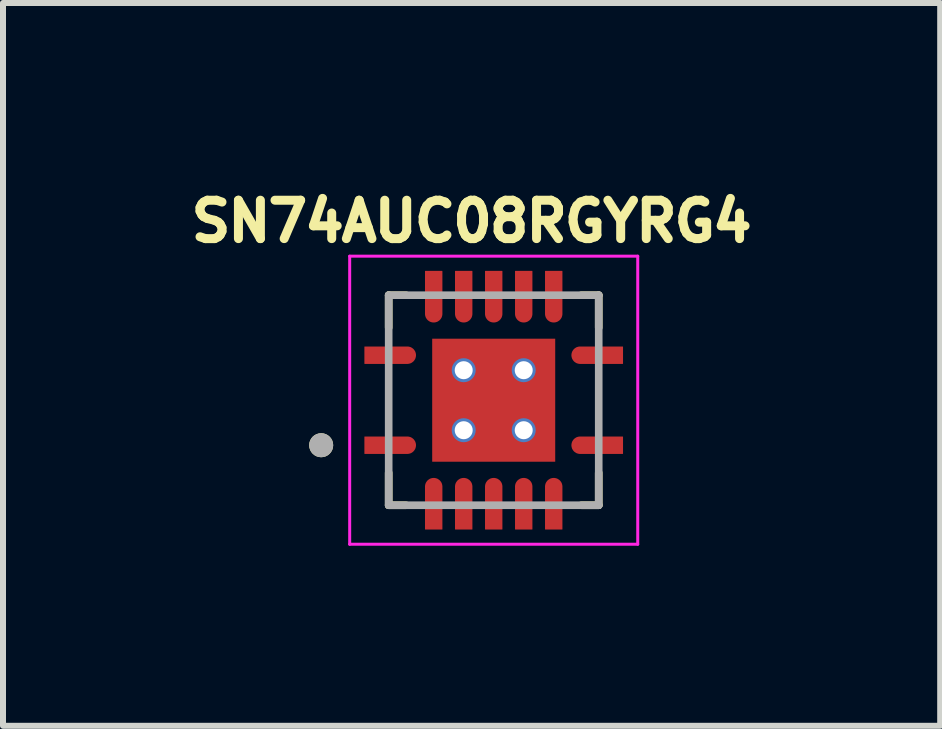
<source format=kicad_pcb>
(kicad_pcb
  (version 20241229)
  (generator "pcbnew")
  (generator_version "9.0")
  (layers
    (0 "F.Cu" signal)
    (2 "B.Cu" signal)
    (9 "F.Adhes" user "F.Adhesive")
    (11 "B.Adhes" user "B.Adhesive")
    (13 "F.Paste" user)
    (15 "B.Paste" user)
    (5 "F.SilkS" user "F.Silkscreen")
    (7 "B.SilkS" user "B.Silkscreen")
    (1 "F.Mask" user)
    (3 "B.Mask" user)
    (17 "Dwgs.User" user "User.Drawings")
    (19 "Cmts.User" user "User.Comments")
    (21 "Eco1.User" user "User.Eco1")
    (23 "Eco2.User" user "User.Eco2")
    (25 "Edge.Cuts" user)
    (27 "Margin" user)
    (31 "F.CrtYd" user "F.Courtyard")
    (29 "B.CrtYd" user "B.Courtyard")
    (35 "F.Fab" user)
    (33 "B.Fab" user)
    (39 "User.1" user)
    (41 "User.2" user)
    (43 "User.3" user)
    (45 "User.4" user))
  (footprint "SN74AUC08RGYRG4"
    (layer "F.Cu")
    (at 5.177 3.619)
    (property "Reference" "SN74AUC08RGYRG4" (at -0.368 -2.981 0) (layer "F.SilkS") (effects (font (size 0.64 0.64) (thickness 0.15))))
    (attr smd)
    (fp_poly (pts (xy -2.2 -0.94) (xy -2.2 -0.56) (xy -1.44 -0.56) (xy -1.43 -0.56) (xy -1.42 -0.561) (xy -1.41 -0.562) (xy -1.4 -0.564) (xy -1.391 -0.566) (xy -1.381 -0.569) (xy -1.372 -0.573) (xy -1.363 -0.576) (xy -1.354 -0.581) (xy -1.345 -0.585) (xy -1.337 -0.591) (xy -1.328 -0.596) (xy -1.32 -0.602) (xy -1.313 -0.609) (xy -1.306 -0.616) (xy -1.299 -0.623) (xy -1.292 -0.63) (xy -1.286 -0.638) (xy -1.281 -0.647) (xy -1.275 -0.655) (xy -1.271 -0.664) (xy -1.266 -0.673) (xy -1.263 -0.682) (xy -1.259 -0.691) (xy -1.256 -0.701) (xy -1.254 -0.71) (xy -1.252 -0.72) (xy -1.251 -0.73) (xy -1.25 -0.74) (xy -1.25 -0.75) (xy -1.25 -0.76) (xy -1.251 -0.77) (xy -1.252 -0.78) (xy -1.254 -0.79) (xy -1.256 -0.799) (xy -1.259 -0.809) (xy -1.263 -0.818) (xy -1.266 -0.827) (xy -1.271 -0.836) (xy -1.275 -0.845) (xy -1.281 -0.853) (xy -1.286 -0.862) (xy -1.292 -0.87) (xy -1.299 -0.877) (xy -1.306 -0.884) (xy -1.313 -0.891) (xy -1.32 -0.898) (xy -1.328 -0.904) (xy -1.337 -0.909) (xy -1.345 -0.915) (xy -1.354 -0.919) (xy -1.363 -0.924) (xy -1.372 -0.927) (xy -1.381 -0.931) (xy -1.391 -0.934) (xy -1.4 -0.936) (xy -1.41 -0.938) (xy -1.42 -0.939) (xy -1.43 -0.94) (xy -1.44 -0.94) (xy -2.2 -0.94)) (stroke (width 0.01) (type solid)) (fill yes) (layer "F.Mask"))
    (fp_poly (pts (xy -2.2 0.56) (xy -2.2 0.94) (xy -1.44 0.94) (xy -1.43 0.94) (xy -1.42 0.939) (xy -1.41 0.938) (xy -1.4 0.936) (xy -1.391 0.934) (xy -1.381 0.931) (xy -1.372 0.927) (xy -1.363 0.924) (xy -1.354 0.919) (xy -1.345 0.915) (xy -1.337 0.909) (xy -1.328 0.904) (xy -1.32 0.898) (xy -1.313 0.891) (xy -1.306 0.884) (xy -1.299 0.877) (xy -1.292 0.87) (xy -1.286 0.862) (xy -1.281 0.853) (xy -1.275 0.845) (xy -1.271 0.836) (xy -1.266 0.827) (xy -1.263 0.818) (xy -1.259 0.809) (xy -1.256 0.799) (xy -1.254 0.79) (xy -1.252 0.78) (xy -1.251 0.77) (xy -1.25 0.76) (xy -1.25 0.75) (xy -1.25 0.74) (xy -1.251 0.73) (xy -1.252 0.72) (xy -1.254 0.71) (xy -1.256 0.701) (xy -1.259 0.691) (xy -1.263 0.682) (xy -1.266 0.673) (xy -1.271 0.664) (xy -1.275 0.655) (xy -1.281 0.647) (xy -1.286 0.638) (xy -1.292 0.63) (xy -1.299 0.623) (xy -1.306 0.616) (xy -1.313 0.609) (xy -1.32 0.602) (xy -1.328 0.596) (xy -1.337 0.591) (xy -1.345 0.585) (xy -1.354 0.581) (xy -1.363 0.576) (xy -1.372 0.573) (xy -1.381 0.569) (xy -1.391 0.566) (xy -1.4 0.564) (xy -1.41 0.562) (xy -1.42 0.561) (xy -1.43 0.56) (xy -1.44 0.56) (xy -2.2 0.56)) (stroke (width 0.01) (type solid)) (fill yes) (layer "F.Mask"))
    (fp_poly (pts (xy -1.19 2.2) (xy -0.81 2.2) (xy -0.81 1.44) (xy -0.81 1.43) (xy -0.811 1.42) (xy -0.812 1.41) (xy -0.814 1.4) (xy -0.816 1.391) (xy -0.819 1.381) (xy -0.823 1.372) (xy -0.826 1.363) (xy -0.831 1.354) (xy -0.835 1.345) (xy -0.841 1.337) (xy -0.846 1.328) (xy -0.852 1.32) (xy -0.859 1.313) (xy -0.866 1.306) (xy -0.873 1.299) (xy -0.88 1.292) (xy -0.888 1.286) (xy -0.897 1.281) (xy -0.905 1.275) (xy -0.914 1.271) (xy -0.923 1.266) (xy -0.932 1.263) (xy -0.941 1.259) (xy -0.951 1.256) (xy -0.96 1.254) (xy -0.97 1.252) (xy -0.98 1.251) (xy -0.99 1.25) (xy -1 1.25) (xy -1.01 1.25) (xy -1.02 1.251) (xy -1.03 1.252) (xy -1.04 1.254) (xy -1.049 1.256) (xy -1.059 1.259) (xy -1.068 1.263) (xy -1.077 1.266) (xy -1.086 1.271) (xy -1.095 1.275) (xy -1.103 1.281) (xy -1.112 1.286) (xy -1.12 1.292) (xy -1.127 1.299) (xy -1.134 1.306) (xy -1.141 1.313) (xy -1.148 1.32) (xy -1.154 1.328) (xy -1.159 1.337) (xy -1.165 1.345) (xy -1.169 1.354) (xy -1.174 1.363) (xy -1.177 1.372) (xy -1.181 1.381) (xy -1.184 1.391) (xy -1.186 1.4) (xy -1.188 1.41) (xy -1.189 1.42) (xy -1.19 1.43) (xy -1.19 1.44) (xy -1.19 2.2)) (stroke (width 0.01) (type solid)) (fill yes) (layer "F.Mask"))
    (fp_poly (pts (xy -0.81 -2.2) (xy -1.19 -2.2) (xy -1.19 -1.44) (xy -1.19 -1.43) (xy -1.189 -1.42) (xy -1.188 -1.41) (xy -1.186 -1.4) (xy -1.184 -1.391) (xy -1.181 -1.381) (xy -1.177 -1.372) (xy -1.174 -1.363) (xy -1.169 -1.354) (xy -1.165 -1.345) (xy -1.159 -1.337) (xy -1.154 -1.328) (xy -1.148 -1.32) (xy -1.141 -1.313) (xy -1.134 -1.306) (xy -1.127 -1.299) (xy -1.12 -1.292) (xy -1.112 -1.286) (xy -1.103 -1.281) (xy -1.095 -1.275) (xy -1.086 -1.271) (xy -1.077 -1.266) (xy -1.068 -1.263) (xy -1.059 -1.259) (xy -1.049 -1.256) (xy -1.04 -1.254) (xy -1.03 -1.252) (xy -1.02 -1.251) (xy -1.01 -1.25) (xy -1 -1.25) (xy -0.99 -1.25) (xy -0.98 -1.251) (xy -0.97 -1.252) (xy -0.96 -1.254) (xy -0.951 -1.256) (xy -0.941 -1.259) (xy -0.932 -1.263) (xy -0.923 -1.266) (xy -0.914 -1.271) (xy -0.905 -1.275) (xy -0.897 -1.281) (xy -0.888 -1.286) (xy -0.88 -1.292) (xy -0.873 -1.299) (xy -0.866 -1.306) (xy -0.859 -1.313) (xy -0.852 -1.32) (xy -0.846 -1.328) (xy -0.841 -1.337) (xy -0.835 -1.345) (xy -0.831 -1.354) (xy -0.826 -1.363) (xy -0.823 -1.372) (xy -0.819 -1.381) (xy -0.816 -1.391) (xy -0.814 -1.4) (xy -0.812 -1.41) (xy -0.811 -1.42) (xy -0.81 -1.43) (xy -0.81 -1.44) (xy -0.81 -2.2)) (stroke (width 0.01) (type solid)) (fill yes) (layer "F.Mask"))
    (fp_poly (pts (xy -0.69 2.2) (xy -0.31 2.2) (xy -0.31 1.44) (xy -0.31 1.43) (xy -0.311 1.42) (xy -0.312 1.41) (xy -0.314 1.4) (xy -0.316 1.391) (xy -0.319 1.381) (xy -0.323 1.372) (xy -0.326 1.363) (xy -0.331 1.354) (xy -0.335 1.345) (xy -0.341 1.337) (xy -0.346 1.328) (xy -0.352 1.32) (xy -0.359 1.313) (xy -0.366 1.306) (xy -0.373 1.299) (xy -0.38 1.292) (xy -0.388 1.286) (xy -0.397 1.281) (xy -0.405 1.275) (xy -0.414 1.271) (xy -0.423 1.266) (xy -0.432 1.263) (xy -0.441 1.259) (xy -0.451 1.256) (xy -0.46 1.254) (xy -0.47 1.252) (xy -0.48 1.251) (xy -0.49 1.25) (xy -0.5 1.25) (xy -0.51 1.25) (xy -0.52 1.251) (xy -0.53 1.252) (xy -0.54 1.254) (xy -0.549 1.256) (xy -0.559 1.259) (xy -0.568 1.263) (xy -0.577 1.266) (xy -0.586 1.271) (xy -0.595 1.275) (xy -0.603 1.281) (xy -0.612 1.286) (xy -0.62 1.292) (xy -0.627 1.299) (xy -0.634 1.306) (xy -0.641 1.313) (xy -0.648 1.32) (xy -0.654 1.328) (xy -0.659 1.337) (xy -0.665 1.345) (xy -0.669 1.354) (xy -0.674 1.363) (xy -0.677 1.372) (xy -0.681 1.381) (xy -0.684 1.391) (xy -0.686 1.4) (xy -0.688 1.41) (xy -0.689 1.42) (xy -0.69 1.43) (xy -0.69 1.44) (xy -0.69 2.2)) (stroke (width 0.01) (type solid)) (fill yes) (layer "F.Mask"))
    (fp_poly (pts (xy -0.31 -2.2) (xy -0.69 -2.2) (xy -0.69 -1.44) (xy -0.69 -1.43) (xy -0.689 -1.42) (xy -0.688 -1.41) (xy -0.686 -1.4) (xy -0.684 -1.391) (xy -0.681 -1.381) (xy -0.677 -1.372) (xy -0.674 -1.363) (xy -0.669 -1.354) (xy -0.665 -1.345) (xy -0.659 -1.337) (xy -0.654 -1.328) (xy -0.648 -1.32) (xy -0.641 -1.313) (xy -0.634 -1.306) (xy -0.627 -1.299) (xy -0.62 -1.292) (xy -0.612 -1.286) (xy -0.603 -1.281) (xy -0.595 -1.275) (xy -0.586 -1.271) (xy -0.577 -1.266) (xy -0.568 -1.263) (xy -0.559 -1.259) (xy -0.549 -1.256) (xy -0.54 -1.254) (xy -0.53 -1.252) (xy -0.52 -1.251) (xy -0.51 -1.25) (xy -0.5 -1.25) (xy -0.49 -1.25) (xy -0.48 -1.251) (xy -0.47 -1.252) (xy -0.46 -1.254) (xy -0.451 -1.256) (xy -0.441 -1.259) (xy -0.432 -1.263) (xy -0.423 -1.266) (xy -0.414 -1.271) (xy -0.405 -1.275) (xy -0.397 -1.281) (xy -0.388 -1.286) (xy -0.38 -1.292) (xy -0.373 -1.299) (xy -0.366 -1.306) (xy -0.359 -1.313) (xy -0.352 -1.32) (xy -0.346 -1.328) (xy -0.341 -1.337) (xy -0.335 -1.345) (xy -0.331 -1.354) (xy -0.326 -1.363) (xy -0.323 -1.372) (xy -0.319 -1.381) (xy -0.316 -1.391) (xy -0.314 -1.4) (xy -0.312 -1.41) (xy -0.311 -1.42) (xy -0.31 -1.43) (xy -0.31 -1.44) (xy -0.31 -2.2)) (stroke (width 0.01) (type solid)) (fill yes) (layer "F.Mask"))
    (fp_poly (pts (xy -0.19 2.2) (xy 0.19 2.2) (xy 0.19 1.44) (xy 0.19 1.43) (xy 0.189 1.42) (xy 0.188 1.41) (xy 0.186 1.4) (xy 0.184 1.391) (xy 0.181 1.381) (xy 0.177 1.372) (xy 0.174 1.363) (xy 0.169 1.354) (xy 0.165 1.345) (xy 0.159 1.337) (xy 0.154 1.328) (xy 0.148 1.32) (xy 0.141 1.313) (xy 0.134 1.306) (xy 0.127 1.299) (xy 0.12 1.292) (xy 0.112 1.286) (xy 0.103 1.281) (xy 0.095 1.275) (xy 0.086 1.271) (xy 0.077 1.266) (xy 0.068 1.263) (xy 0.059 1.259) (xy 0.049 1.256) (xy 0.04 1.254) (xy 0.03 1.252) (xy 0.02 1.251) (xy 0.01 1.25) (xy 0 1.25) (xy -0.01 1.25) (xy -0.02 1.251) (xy -0.03 1.252) (xy -0.04 1.254) (xy -0.049 1.256) (xy -0.059 1.259) (xy -0.068 1.263) (xy -0.077 1.266) (xy -0.086 1.271) (xy -0.095 1.275) (xy -0.103 1.281) (xy -0.112 1.286) (xy -0.12 1.292) (xy -0.127 1.299) (xy -0.134 1.306) (xy -0.141 1.313) (xy -0.148 1.32) (xy -0.154 1.328) (xy -0.159 1.337) (xy -0.165 1.345) (xy -0.169 1.354) (xy -0.174 1.363) (xy -0.177 1.372) (xy -0.181 1.381) (xy -0.184 1.391) (xy -0.186 1.4) (xy -0.188 1.41) (xy -0.189 1.42) (xy -0.19 1.43) (xy -0.19 1.44) (xy -0.19 2.2)) (stroke (width 0.01) (type solid)) (fill yes) (layer "F.Mask"))
    (fp_poly (pts (xy 0.19 -2.2) (xy -0.19 -2.2) (xy -0.19 -1.44) (xy -0.19 -1.43) (xy -0.189 -1.42) (xy -0.188 -1.41) (xy -0.186 -1.4) (xy -0.184 -1.391) (xy -0.181 -1.381) (xy -0.177 -1.372) (xy -0.174 -1.363) (xy -0.169 -1.354) (xy -0.165 -1.345) (xy -0.159 -1.337) (xy -0.154 -1.328) (xy -0.148 -1.32) (xy -0.141 -1.313) (xy -0.134 -1.306) (xy -0.127 -1.299) (xy -0.12 -1.292) (xy -0.112 -1.286) (xy -0.103 -1.281) (xy -0.095 -1.275) (xy -0.086 -1.271) (xy -0.077 -1.266) (xy -0.068 -1.263) (xy -0.059 -1.259) (xy -0.049 -1.256) (xy -0.04 -1.254) (xy -0.03 -1.252) (xy -0.02 -1.251) (xy -0.01 -1.25) (xy 0 -1.25) (xy 0.01 -1.25) (xy 0.02 -1.251) (xy 0.03 -1.252) (xy 0.04 -1.254) (xy 0.049 -1.256) (xy 0.059 -1.259) (xy 0.068 -1.263) (xy 0.077 -1.266) (xy 0.086 -1.271) (xy 0.095 -1.275) (xy 0.103 -1.281) (xy 0.112 -1.286) (xy 0.12 -1.292) (xy 0.127 -1.299) (xy 0.134 -1.306) (xy 0.141 -1.313) (xy 0.148 -1.32) (xy 0.154 -1.328) (xy 0.159 -1.337) (xy 0.165 -1.345) (xy 0.169 -1.354) (xy 0.174 -1.363) (xy 0.177 -1.372) (xy 0.181 -1.381) (xy 0.184 -1.391) (xy 0.186 -1.4) (xy 0.188 -1.41) (xy 0.189 -1.42) (xy 0.19 -1.43) (xy 0.19 -1.44) (xy 0.19 -2.2)) (stroke (width 0.01) (type solid)) (fill yes) (layer "F.Mask"))
    (fp_poly (pts (xy 0.31 2.2) (xy 0.69 2.2) (xy 0.69 1.44) (xy 0.69 1.43) (xy 0.689 1.42) (xy 0.688 1.41) (xy 0.686 1.4) (xy 0.684 1.391) (xy 0.681 1.381) (xy 0.677 1.372) (xy 0.674 1.363) (xy 0.669 1.354) (xy 0.665 1.345) (xy 0.659 1.337) (xy 0.654 1.328) (xy 0.648 1.32) (xy 0.641 1.313) (xy 0.634 1.306) (xy 0.627 1.299) (xy 0.62 1.292) (xy 0.612 1.286) (xy 0.603 1.281) (xy 0.595 1.275) (xy 0.586 1.271) (xy 0.577 1.266) (xy 0.568 1.263) (xy 0.559 1.259) (xy 0.549 1.256) (xy 0.54 1.254) (xy 0.53 1.252) (xy 0.52 1.251) (xy 0.51 1.25) (xy 0.5 1.25) (xy 0.49 1.25) (xy 0.48 1.251) (xy 0.47 1.252) (xy 0.46 1.254) (xy 0.451 1.256) (xy 0.441 1.259) (xy 0.432 1.263) (xy 0.423 1.266) (xy 0.414 1.271) (xy 0.405 1.275) (xy 0.397 1.281) (xy 0.388 1.286) (xy 0.38 1.292) (xy 0.373 1.299) (xy 0.366 1.306) (xy 0.359 1.313) (xy 0.352 1.32) (xy 0.346 1.328) (xy 0.341 1.337) (xy 0.335 1.345) (xy 0.331 1.354) (xy 0.326 1.363) (xy 0.323 1.372) (xy 0.319 1.381) (xy 0.316 1.391) (xy 0.314 1.4) (xy 0.312 1.41) (xy 0.311 1.42) (xy 0.31 1.43) (xy 0.31 1.44) (xy 0.31 2.2)) (stroke (width 0.01) (type solid)) (fill yes) (layer "F.Mask"))
    (fp_poly (pts (xy 0.69 -2.2) (xy 0.31 -2.2) (xy 0.31 -1.44) (xy 0.31 -1.43) (xy 0.311 -1.42) (xy 0.312 -1.41) (xy 0.314 -1.4) (xy 0.316 -1.391) (xy 0.319 -1.381) (xy 0.323 -1.372) (xy 0.326 -1.363) (xy 0.331 -1.354) (xy 0.335 -1.345) (xy 0.341 -1.337) (xy 0.346 -1.328) (xy 0.352 -1.32) (xy 0.359 -1.313) (xy 0.366 -1.306) (xy 0.373 -1.299) (xy 0.38 -1.292) (xy 0.388 -1.286) (xy 0.397 -1.281) (xy 0.405 -1.275) (xy 0.414 -1.271) (xy 0.423 -1.266) (xy 0.432 -1.263) (xy 0.441 -1.259) (xy 0.451 -1.256) (xy 0.46 -1.254) (xy 0.47 -1.252) (xy 0.48 -1.251) (xy 0.49 -1.25) (xy 0.5 -1.25) (xy 0.51 -1.25) (xy 0.52 -1.251) (xy 0.53 -1.252) (xy 0.54 -1.254) (xy 0.549 -1.256) (xy 0.559 -1.259) (xy 0.568 -1.263) (xy 0.577 -1.266) (xy 0.586 -1.271) (xy 0.595 -1.275) (xy 0.603 -1.281) (xy 0.612 -1.286) (xy 0.62 -1.292) (xy 0.627 -1.299) (xy 0.634 -1.306) (xy 0.641 -1.313) (xy 0.648 -1.32) (xy 0.654 -1.328) (xy 0.659 -1.337) (xy 0.665 -1.345) (xy 0.669 -1.354) (xy 0.674 -1.363) (xy 0.677 -1.372) (xy 0.681 -1.381) (xy 0.684 -1.391) (xy 0.686 -1.4) (xy 0.688 -1.41) (xy 0.689 -1.42) (xy 0.69 -1.43) (xy 0.69 -1.44) (xy 0.69 -2.2)) (stroke (width 0.01) (type solid)) (fill yes) (layer "F.Mask"))
    (fp_poly (pts (xy 0.81 2.2) (xy 1.19 2.2) (xy 1.19 1.44) (xy 1.19 1.43) (xy 1.189 1.42) (xy 1.188 1.41) (xy 1.186 1.4) (xy 1.184 1.391) (xy 1.181 1.381) (xy 1.177 1.372) (xy 1.174 1.363) (xy 1.169 1.354) (xy 1.165 1.345) (xy 1.159 1.337) (xy 1.154 1.328) (xy 1.148 1.32) (xy 1.141 1.313) (xy 1.134 1.306) (xy 1.127 1.299) (xy 1.12 1.292) (xy 1.112 1.286) (xy 1.103 1.281) (xy 1.095 1.275) (xy 1.086 1.271) (xy 1.077 1.266) (xy 1.068 1.263) (xy 1.059 1.259) (xy 1.049 1.256) (xy 1.04 1.254) (xy 1.03 1.252) (xy 1.02 1.251) (xy 1.01 1.25) (xy 1 1.25) (xy 0.99 1.25) (xy 0.98 1.251) (xy 0.97 1.252) (xy 0.96 1.254) (xy 0.951 1.256) (xy 0.941 1.259) (xy 0.932 1.263) (xy 0.923 1.266) (xy 0.914 1.271) (xy 0.905 1.275) (xy 0.897 1.281) (xy 0.888 1.286) (xy 0.88 1.292) (xy 0.873 1.299) (xy 0.866 1.306) (xy 0.859 1.313) (xy 0.852 1.32) (xy 0.846 1.328) (xy 0.841 1.337) (xy 0.835 1.345) (xy 0.831 1.354) (xy 0.826 1.363) (xy 0.823 1.372) (xy 0.819 1.381) (xy 0.816 1.391) (xy 0.814 1.4) (xy 0.812 1.41) (xy 0.811 1.42) (xy 0.81 1.43) (xy 0.81 1.44) (xy 0.81 2.2)) (stroke (width 0.01) (type solid)) (fill yes) (layer "F.Mask"))
    (fp_poly (pts (xy 1.19 -2.2) (xy 0.81 -2.2) (xy 0.81 -1.44) (xy 0.81 -1.43) (xy 0.811 -1.42) (xy 0.812 -1.41) (xy 0.814 -1.4) (xy 0.816 -1.391) (xy 0.819 -1.381) (xy 0.823 -1.372) (xy 0.826 -1.363) (xy 0.831 -1.354) (xy 0.835 -1.345) (xy 0.841 -1.337) (xy 0.846 -1.328) (xy 0.852 -1.32) (xy 0.859 -1.313) (xy 0.866 -1.306) (xy 0.873 -1.299) (xy 0.88 -1.292) (xy 0.888 -1.286) (xy 0.897 -1.281) (xy 0.905 -1.275) (xy 0.914 -1.271) (xy 0.923 -1.266) (xy 0.932 -1.263) (xy 0.941 -1.259) (xy 0.951 -1.256) (xy 0.96 -1.254) (xy 0.97 -1.252) (xy 0.98 -1.251) (xy 0.99 -1.25) (xy 1 -1.25) (xy 1.01 -1.25) (xy 1.02 -1.251) (xy 1.03 -1.252) (xy 1.04 -1.254) (xy 1.049 -1.256) (xy 1.059 -1.259) (xy 1.068 -1.263) (xy 1.077 -1.266) (xy 1.086 -1.271) (xy 1.095 -1.275) (xy 1.103 -1.281) (xy 1.112 -1.286) (xy 1.12 -1.292) (xy 1.127 -1.299) (xy 1.134 -1.306) (xy 1.141 -1.313) (xy 1.148 -1.32) (xy 1.154 -1.328) (xy 1.159 -1.337) (xy 1.165 -1.345) (xy 1.169 -1.354) (xy 1.174 -1.363) (xy 1.177 -1.372) (xy 1.181 -1.381) (xy 1.184 -1.391) (xy 1.186 -1.4) (xy 1.188 -1.41) (xy 1.189 -1.42) (xy 1.19 -1.43) (xy 1.19 -1.44) (xy 1.19 -2.2)) (stroke (width 0.01) (type solid)) (fill yes) (layer "F.Mask"))
    (fp_poly (pts (xy 2.2 -0.94) (xy 2.2 -0.56) (xy 1.44 -0.56) (xy 1.43 -0.56) (xy 1.42 -0.561) (xy 1.41 -0.562) (xy 1.4 -0.564) (xy 1.391 -0.566) (xy 1.381 -0.569) (xy 1.372 -0.573) (xy 1.363 -0.576) (xy 1.354 -0.581) (xy 1.345 -0.585) (xy 1.337 -0.591) (xy 1.328 -0.596) (xy 1.32 -0.602) (xy 1.313 -0.609) (xy 1.306 -0.616) (xy 1.299 -0.623) (xy 1.292 -0.63) (xy 1.286 -0.638) (xy 1.281 -0.647) (xy 1.275 -0.655) (xy 1.271 -0.664) (xy 1.266 -0.673) (xy 1.263 -0.682) (xy 1.259 -0.691) (xy 1.256 -0.701) (xy 1.254 -0.71) (xy 1.252 -0.72) (xy 1.251 -0.73) (xy 1.25 -0.74) (xy 1.25 -0.75) (xy 1.25 -0.76) (xy 1.251 -0.77) (xy 1.252 -0.78) (xy 1.254 -0.79) (xy 1.256 -0.799) (xy 1.259 -0.809) (xy 1.263 -0.818) (xy 1.266 -0.827) (xy 1.271 -0.836) (xy 1.275 -0.845) (xy 1.281 -0.853) (xy 1.286 -0.862) (xy 1.292 -0.87) (xy 1.299 -0.877) (xy 1.306 -0.884) (xy 1.313 -0.891) (xy 1.32 -0.898) (xy 1.328 -0.904) (xy 1.337 -0.909) (xy 1.345 -0.915) (xy 1.354 -0.919) (xy 1.363 -0.924) (xy 1.372 -0.927) (xy 1.381 -0.931) (xy 1.391 -0.934) (xy 1.4 -0.936) (xy 1.41 -0.938) (xy 1.42 -0.939) (xy 1.43 -0.94) (xy 1.44 -0.94) (xy 2.2 -0.94)) (stroke (width 0.01) (type solid)) (fill yes) (layer "F.Mask"))
    (fp_poly (pts (xy 2.2 0.56) (xy 2.2 0.94) (xy 1.44 0.94) (xy 1.43 0.94) (xy 1.42 0.939) (xy 1.41 0.938) (xy 1.4 0.936) (xy 1.391 0.934) (xy 1.381 0.931) (xy 1.372 0.927) (xy 1.363 0.924) (xy 1.354 0.919) (xy 1.345 0.915) (xy 1.337 0.909) (xy 1.328 0.904) (xy 1.32 0.898) (xy 1.313 0.891) (xy 1.306 0.884) (xy 1.299 0.877) (xy 1.292 0.87) (xy 1.286 0.862) (xy 1.281 0.853) (xy 1.275 0.845) (xy 1.271 0.836) (xy 1.266 0.827) (xy 1.263 0.818) (xy 1.259 0.809) (xy 1.256 0.799) (xy 1.254 0.79) (xy 1.252 0.78) (xy 1.251 0.77) (xy 1.25 0.76) (xy 1.25 0.75) (xy 1.25 0.74) (xy 1.251 0.73) (xy 1.252 0.72) (xy 1.254 0.71) (xy 1.256 0.701) (xy 1.259 0.691) (xy 1.263 0.682) (xy 1.266 0.673) (xy 1.271 0.664) (xy 1.275 0.655) (xy 1.281 0.647) (xy 1.286 0.638) (xy 1.292 0.63) (xy 1.299 0.623) (xy 1.306 0.616) (xy 1.313 0.609) (xy 1.32 0.602) (xy 1.328 0.596) (xy 1.337 0.591) (xy 1.345 0.585) (xy 1.354 0.581) (xy 1.363 0.576) (xy 1.372 0.573) (xy 1.381 0.569) (xy 1.391 0.566) (xy 1.4 0.564) (xy 1.41 0.562) (xy 1.42 0.561) (xy 1.43 0.56) (xy 1.44 0.56) (xy 2.2 0.56)) (stroke (width 0.01) (type solid)) (fill yes) (layer "F.Mask"))
    (fp_line (start -1.75 -1.75) (end -1.46 -1.75) (stroke (width 0.127) (type solid)) (layer "F.SilkS"))
    (fp_line (start -1.75 -1.21) (end -1.75 -1.75) (stroke (width 0.127) (type solid)) (layer "F.SilkS"))
    (fp_line (start -1.75 1.75) (end -1.75 1.21) (stroke (width 0.127) (type solid)) (layer "F.SilkS"))
    (fp_line (start -1.46 1.75) (end -1.75 1.75) (stroke (width 0.127) (type solid)) (layer "F.SilkS"))
    (fp_line (start 1.46 -1.75) (end 1.75 -1.75) (stroke (width 0.127) (type solid)) (layer "F.SilkS"))
    (fp_line (start 1.75 -1.75) (end 1.75 -1.21) (stroke (width 0.127) (type solid)) (layer "F.SilkS"))
    (fp_line (start 1.75 1.75) (end 1.46 1.75) (stroke (width 0.127) (type solid)) (layer "F.SilkS"))
    (fp_line (start 1.75 1.75) (end 1.75 1.21) (stroke (width 0.127) (type solid)) (layer "F.SilkS"))
    (fp_circle (center -2.875 0.75) (end -2.775 0.75) (stroke (width 0.2) (type solid)) (fill no) (layer "F.SilkS"))
    (fp_poly (pts (xy -0.97 -0.97) (xy -0.15 -0.97) (xy -0.15 -0.15) (xy -0.97 -0.15)) (stroke (width 0.01) (type solid)) (fill yes) (layer "F.Paste"))
    (fp_poly (pts (xy -0.97 0.15) (xy -0.15 0.15) (xy -0.15 0.97) (xy -0.97 0.97)) (stroke (width 0.01) (type solid)) (fill yes) (layer "F.Paste"))
    (fp_poly (pts (xy 0.15 -0.97) (xy 0.97 -0.97) (xy 0.97 -0.15) (xy 0.15 -0.15)) (stroke (width 0.01) (type solid)) (fill yes) (layer "F.Paste"))
    (fp_poly (pts (xy 0.15 0.15) (xy 0.97 0.15) (xy 0.97 0.97) (xy 0.15 0.97)) (stroke (width 0.01) (type solid)) (fill yes) (layer "F.Paste"))
    (fp_poly (pts (xy -2.125 -0.865) (xy -2.125 -0.635) (xy -1.44 -0.635) (xy -1.434 -0.635) (xy -1.428 -0.636) (xy -1.422 -0.636) (xy -1.416 -0.638) (xy -1.41 -0.639) (xy -1.404 -0.641) (xy -1.399 -0.643) (xy -1.393 -0.645) (xy -1.388 -0.648) (xy -1.382 -0.65) (xy -1.377 -0.654) (xy -1.372 -0.657) (xy -1.368 -0.661) (xy -1.363 -0.665) (xy -1.359 -0.669) (xy -1.355 -0.673) (xy -1.351 -0.678) (xy -1.347 -0.682) (xy -1.344 -0.687) (xy -1.34 -0.693) (xy -1.338 -0.698) (xy -1.335 -0.703) (xy -1.333 -0.709) (xy -1.331 -0.714) (xy -1.329 -0.72) (xy -1.328 -0.726) (xy -1.326 -0.732) (xy -1.326 -0.738) (xy -1.325 -0.744) (xy -1.325 -0.75) (xy -1.325 -0.756) (xy -1.326 -0.762) (xy -1.326 -0.768) (xy -1.328 -0.774) (xy -1.329 -0.78) (xy -1.331 -0.786) (xy -1.333 -0.791) (xy -1.335 -0.797) (xy -1.338 -0.802) (xy -1.34 -0.807) (xy -1.344 -0.813) (xy -1.347 -0.818) (xy -1.351 -0.822) (xy -1.355 -0.827) (xy -1.359 -0.831) (xy -1.363 -0.835) (xy -1.368 -0.839) (xy -1.372 -0.843) (xy -1.377 -0.846) (xy -1.382 -0.85) (xy -1.388 -0.852) (xy -1.393 -0.855) (xy -1.399 -0.857) (xy -1.404 -0.859) (xy -1.41 -0.861) (xy -1.416 -0.862) (xy -1.422 -0.864) (xy -1.428 -0.864) (xy -1.434 -0.865) (xy -1.44 -0.865) (xy -2.125 -0.865)) (stroke (width 0.01) (type solid)) (fill yes) (layer "F.Paste"))
    (fp_poly (pts (xy -2.125 0.635) (xy -2.125 0.865) (xy -1.44 0.865) (xy -1.434 0.865) (xy -1.428 0.864) (xy -1.422 0.864) (xy -1.416 0.862) (xy -1.41 0.861) (xy -1.404 0.859) (xy -1.399 0.857) (xy -1.393 0.855) (xy -1.388 0.852) (xy -1.382 0.85) (xy -1.377 0.846) (xy -1.372 0.843) (xy -1.368 0.839) (xy -1.363 0.835) (xy -1.359 0.831) (xy -1.355 0.827) (xy -1.351 0.822) (xy -1.347 0.818) (xy -1.344 0.813) (xy -1.34 0.807) (xy -1.338 0.802) (xy -1.335 0.797) (xy -1.333 0.791) (xy -1.331 0.786) (xy -1.329 0.78) (xy -1.328 0.774) (xy -1.326 0.768) (xy -1.326 0.762) (xy -1.325 0.756) (xy -1.325 0.75) (xy -1.325 0.744) (xy -1.326 0.738) (xy -1.326 0.732) (xy -1.328 0.726) (xy -1.329 0.72) (xy -1.331 0.714) (xy -1.333 0.709) (xy -1.335 0.703) (xy -1.338 0.698) (xy -1.34 0.693) (xy -1.344 0.687) (xy -1.347 0.682) (xy -1.351 0.678) (xy -1.355 0.673) (xy -1.359 0.669) (xy -1.363 0.665) (xy -1.368 0.661) (xy -1.372 0.657) (xy -1.377 0.654) (xy -1.382 0.65) (xy -1.388 0.648) (xy -1.393 0.645) (xy -1.399 0.643) (xy -1.404 0.641) (xy -1.41 0.639) (xy -1.416 0.638) (xy -1.422 0.636) (xy -1.428 0.636) (xy -1.434 0.635) (xy -1.44 0.635) (xy -2.125 0.635)) (stroke (width 0.01) (type solid)) (fill yes) (layer "F.Paste"))
    (fp_poly (pts (xy -1.115 2.125) (xy -0.885 2.125) (xy -0.885 1.44) (xy -0.885 1.434) (xy -0.886 1.428) (xy -0.886 1.422) (xy -0.888 1.416) (xy -0.889 1.41) (xy -0.891 1.404) (xy -0.893 1.399) (xy -0.895 1.393) (xy -0.898 1.388) (xy -0.9 1.383) (xy -0.904 1.377) (xy -0.907 1.372) (xy -0.911 1.368) (xy -0.915 1.363) (xy -0.919 1.359) (xy -0.923 1.355) (xy -0.928 1.351) (xy -0.932 1.347) (xy -0.937 1.344) (xy -0.943 1.34) (xy -0.948 1.338) (xy -0.953 1.335) (xy -0.959 1.333) (xy -0.964 1.331) (xy -0.97 1.329) (xy -0.976 1.328) (xy -0.982 1.326) (xy -0.988 1.326) (xy -0.994 1.325) (xy -1 1.325) (xy -1.006 1.325) (xy -1.012 1.326) (xy -1.018 1.326) (xy -1.024 1.328) (xy -1.03 1.329) (xy -1.036 1.331) (xy -1.041 1.333) (xy -1.047 1.335) (xy -1.052 1.338) (xy -1.057 1.34) (xy -1.063 1.344) (xy -1.068 1.347) (xy -1.072 1.351) (xy -1.077 1.355) (xy -1.081 1.359) (xy -1.085 1.363) (xy -1.089 1.368) (xy -1.093 1.372) (xy -1.096 1.377) (xy -1.1 1.383) (xy -1.102 1.388) (xy -1.105 1.393) (xy -1.107 1.399) (xy -1.109 1.404) (xy -1.111 1.41) (xy -1.112 1.416) (xy -1.114 1.422) (xy -1.114 1.428) (xy -1.115 1.434) (xy -1.115 1.44) (xy -1.115 2.125)) (stroke (width 0.01) (type solid)) (fill yes) (layer "F.Paste"))
    (fp_poly (pts (xy -0.885 -2.125) (xy -1.115 -2.125) (xy -1.115 -1.44) (xy -1.115 -1.434) (xy -1.114 -1.428) (xy -1.114 -1.422) (xy -1.112 -1.416) (xy -1.111 -1.41) (xy -1.109 -1.404) (xy -1.107 -1.399) (xy -1.105 -1.393) (xy -1.102 -1.388) (xy -1.1 -1.382) (xy -1.096 -1.377) (xy -1.093 -1.372) (xy -1.089 -1.368) (xy -1.085 -1.363) (xy -1.081 -1.359) (xy -1.077 -1.355) (xy -1.072 -1.351) (xy -1.068 -1.347) (xy -1.063 -1.344) (xy -1.058 -1.34) (xy -1.052 -1.338) (xy -1.047 -1.335) (xy -1.041 -1.333) (xy -1.036 -1.331) (xy -1.03 -1.329) (xy -1.024 -1.328) (xy -1.018 -1.326) (xy -1.012 -1.326) (xy -1.006 -1.325) (xy -1 -1.325) (xy -0.994 -1.325) (xy -0.988 -1.326) (xy -0.982 -1.326) (xy -0.976 -1.328) (xy -0.97 -1.329) (xy -0.964 -1.331) (xy -0.959 -1.333) (xy -0.953 -1.335) (xy -0.948 -1.338) (xy -0.943 -1.34) (xy -0.937 -1.344) (xy -0.932 -1.347) (xy -0.928 -1.351) (xy -0.923 -1.355) (xy -0.919 -1.359) (xy -0.915 -1.363) (xy -0.911 -1.368) (xy -0.907 -1.372) (xy -0.904 -1.377) (xy -0.9 -1.383) (xy -0.898 -1.388) (xy -0.895 -1.393) (xy -0.893 -1.399) (xy -0.891 -1.404) (xy -0.889 -1.41) (xy -0.888 -1.416) (xy -0.886 -1.422) (xy -0.886 -1.428) (xy -0.885 -1.434) (xy -0.885 -1.44) (xy -0.885 -2.125)) (stroke (width 0.01) (type solid)) (fill yes) (layer "F.Paste"))
    (fp_poly (pts (xy -0.615 2.125) (xy -0.385 2.125) (xy -0.385 1.44) (xy -0.385 1.434) (xy -0.386 1.428) (xy -0.386 1.422) (xy -0.388 1.416) (xy -0.389 1.41) (xy -0.391 1.404) (xy -0.393 1.399) (xy -0.395 1.393) (xy -0.398 1.388) (xy -0.4 1.383) (xy -0.404 1.377) (xy -0.407 1.372) (xy -0.411 1.368) (xy -0.415 1.363) (xy -0.419 1.359) (xy -0.423 1.355) (xy -0.428 1.351) (xy -0.432 1.347) (xy -0.437 1.344) (xy -0.443 1.34) (xy -0.448 1.338) (xy -0.453 1.335) (xy -0.459 1.333) (xy -0.464 1.331) (xy -0.47 1.329) (xy -0.476 1.328) (xy -0.482 1.326) (xy -0.488 1.326) (xy -0.494 1.325) (xy -0.5 1.325) (xy -0.506 1.325) (xy -0.512 1.326) (xy -0.518 1.326) (xy -0.524 1.328) (xy -0.53 1.329) (xy -0.536 1.331) (xy -0.541 1.333) (xy -0.547 1.335) (xy -0.552 1.338) (xy -0.557 1.34) (xy -0.563 1.344) (xy -0.568 1.347) (xy -0.572 1.351) (xy -0.577 1.355) (xy -0.581 1.359) (xy -0.585 1.363) (xy -0.589 1.368) (xy -0.593 1.372) (xy -0.596 1.377) (xy -0.6 1.383) (xy -0.602 1.388) (xy -0.605 1.393) (xy -0.607 1.399) (xy -0.609 1.404) (xy -0.611 1.41) (xy -0.612 1.416) (xy -0.614 1.422) (xy -0.614 1.428) (xy -0.615 1.434) (xy -0.615 1.44) (xy -0.615 2.125)) (stroke (width 0.01) (type solid)) (fill yes) (layer "F.Paste"))
    (fp_poly (pts (xy -0.385 -2.125) (xy -0.615 -2.125) (xy -0.615 -1.44) (xy -0.615 -1.434) (xy -0.614 -1.428) (xy -0.614 -1.422) (xy -0.612 -1.416) (xy -0.611 -1.41) (xy -0.609 -1.404) (xy -0.607 -1.399) (xy -0.605 -1.393) (xy -0.602 -1.388) (xy -0.6 -1.382) (xy -0.596 -1.377) (xy -0.593 -1.372) (xy -0.589 -1.368) (xy -0.585 -1.363) (xy -0.581 -1.359) (xy -0.577 -1.355) (xy -0.572 -1.351) (xy -0.568 -1.347) (xy -0.563 -1.344) (xy -0.557 -1.34) (xy -0.552 -1.338) (xy -0.547 -1.335) (xy -0.541 -1.333) (xy -0.536 -1.331) (xy -0.53 -1.329) (xy -0.524 -1.328) (xy -0.518 -1.326) (xy -0.512 -1.326) (xy -0.506 -1.325) (xy -0.5 -1.325) (xy -0.494 -1.325) (xy -0.488 -1.326) (xy -0.482 -1.326) (xy -0.476 -1.328) (xy -0.47 -1.329) (xy -0.464 -1.331) (xy -0.459 -1.333) (xy -0.453 -1.335) (xy -0.448 -1.338) (xy -0.443 -1.34) (xy -0.437 -1.344) (xy -0.432 -1.347) (xy -0.428 -1.351) (xy -0.423 -1.355) (xy -0.419 -1.359) (xy -0.415 -1.363) (xy -0.411 -1.368) (xy -0.407 -1.372) (xy -0.404 -1.377) (xy -0.4 -1.383) (xy -0.398 -1.388) (xy -0.395 -1.393) (xy -0.393 -1.399) (xy -0.391 -1.404) (xy -0.389 -1.41) (xy -0.388 -1.416) (xy -0.386 -1.422) (xy -0.386 -1.428) (xy -0.385 -1.434) (xy -0.385 -1.44) (xy -0.385 -2.125)) (stroke (width 0.01) (type solid)) (fill yes) (layer "F.Paste"))
    (fp_poly (pts (xy -0.115 2.125) (xy 0.115 2.125) (xy 0.115 1.44) (xy 0.115 1.434) (xy 0.114 1.428) (xy 0.114 1.422) (xy 0.112 1.416) (xy 0.111 1.41) (xy 0.109 1.404) (xy 0.107 1.399) (xy 0.105 1.393) (xy 0.102 1.388) (xy 0.1 1.382) (xy 0.096 1.377) (xy 0.093 1.372) (xy 0.089 1.368) (xy 0.085 1.363) (xy 0.081 1.359) (xy 0.077 1.355) (xy 0.072 1.351) (xy 0.068 1.347) (xy 0.063 1.344) (xy 0.058 1.34) (xy 0.052 1.338) (xy 0.047 1.335) (xy 0.041 1.333) (xy 0.036 1.331) (xy 0.03 1.329) (xy 0.024 1.328) (xy 0.018 1.326) (xy 0.012 1.326) (xy 0.006 1.325) (xy 0 1.325) (xy -0.006 1.325) (xy -0.012 1.326) (xy -0.018 1.326) (xy -0.024 1.328) (xy -0.03 1.329) (xy -0.036 1.331) (xy -0.041 1.333) (xy -0.047 1.335) (xy -0.052 1.338) (xy -0.057 1.34) (xy -0.063 1.344) (xy -0.068 1.347) (xy -0.072 1.351) (xy -0.077 1.355) (xy -0.081 1.359) (xy -0.085 1.363) (xy -0.089 1.368) (xy -0.093 1.372) (xy -0.096 1.377) (xy -0.1 1.382) (xy -0.102 1.388) (xy -0.105 1.393) (xy -0.107 1.399) (xy -0.109 1.404) (xy -0.111 1.41) (xy -0.112 1.416) (xy -0.114 1.422) (xy -0.114 1.428) (xy -0.115 1.434) (xy -0.115 1.44) (xy -0.115 2.125)) (stroke (width 0.01) (type solid)) (fill yes) (layer "F.Paste"))
    (fp_poly (pts (xy 0.115 -2.125) (xy -0.115 -2.125) (xy -0.115 -1.44) (xy -0.115 -1.434) (xy -0.114 -1.428) (xy -0.114 -1.422) (xy -0.112 -1.416) (xy -0.111 -1.41) (xy -0.109 -1.404) (xy -0.107 -1.399) (xy -0.105 -1.393) (xy -0.102 -1.388) (xy -0.1 -1.382) (xy -0.096 -1.377) (xy -0.093 -1.372) (xy -0.089 -1.368) (xy -0.085 -1.363) (xy -0.081 -1.359) (xy -0.077 -1.355) (xy -0.072 -1.351) (xy -0.068 -1.347) (xy -0.063 -1.344) (xy -0.058 -1.34) (xy -0.052 -1.338) (xy -0.047 -1.335) (xy -0.041 -1.333) (xy -0.036 -1.331) (xy -0.03 -1.329) (xy -0.024 -1.328) (xy -0.018 -1.326) (xy -0.012 -1.326) (xy -0.006 -1.325) (xy 0 -1.325) (xy 0.006 -1.325) (xy 0.012 -1.326) (xy 0.018 -1.326) (xy 0.024 -1.328) (xy 0.03 -1.329) (xy 0.036 -1.331) (xy 0.041 -1.333) (xy 0.047 -1.335) (xy 0.052 -1.338) (xy 0.058 -1.34) (xy 0.063 -1.344) (xy 0.068 -1.347) (xy 0.072 -1.351) (xy 0.077 -1.355) (xy 0.081 -1.359) (xy 0.085 -1.363) (xy 0.089 -1.368) (xy 0.093 -1.372) (xy 0.096 -1.377) (xy 0.1 -1.382) (xy 0.102 -1.388) (xy 0.105 -1.393) (xy 0.107 -1.399) (xy 0.109 -1.404) (xy 0.111 -1.41) (xy 0.112 -1.416) (xy 0.114 -1.422) (xy 0.114 -1.428) (xy 0.115 -1.434) (xy 0.115 -1.44) (xy 0.115 -2.125)) (stroke (width 0.01) (type solid)) (fill yes) (layer "F.Paste"))
    (fp_poly (pts (xy 0.385 2.125) (xy 0.615 2.125) (xy 0.615 1.44) (xy 0.615 1.434) (xy 0.614 1.428) (xy 0.614 1.422) (xy 0.612 1.416) (xy 0.611 1.41) (xy 0.609 1.404) (xy 0.607 1.399) (xy 0.605 1.393) (xy 0.602 1.388) (xy 0.6 1.383) (xy 0.596 1.377) (xy 0.593 1.372) (xy 0.589 1.368) (xy 0.585 1.363) (xy 0.581 1.359) (xy 0.577 1.355) (xy 0.572 1.351) (xy 0.568 1.347) (xy 0.563 1.344) (xy 0.557 1.34) (xy 0.552 1.338) (xy 0.547 1.335) (xy 0.541 1.333) (xy 0.536 1.331) (xy 0.53 1.329) (xy 0.524 1.328) (xy 0.518 1.326) (xy 0.512 1.326) (xy 0.506 1.325) (xy 0.5 1.325) (xy 0.494 1.325) (xy 0.488 1.326) (xy 0.482 1.326) (xy 0.476 1.328) (xy 0.47 1.329) (xy 0.464 1.331) (xy 0.459 1.333) (xy 0.453 1.335) (xy 0.448 1.338) (xy 0.443 1.34) (xy 0.437 1.344) (xy 0.432 1.347) (xy 0.428 1.351) (xy 0.423 1.355) (xy 0.419 1.359) (xy 0.415 1.363) (xy 0.411 1.368) (xy 0.407 1.372) (xy 0.404 1.377) (xy 0.4 1.383) (xy 0.398 1.388) (xy 0.395 1.393) (xy 0.393 1.399) (xy 0.391 1.404) (xy 0.389 1.41) (xy 0.388 1.416) (xy 0.386 1.422) (xy 0.386 1.428) (xy 0.385 1.434) (xy 0.385 1.44) (xy 0.385 2.125)) (stroke (width 0.01) (type solid)) (fill yes) (layer "F.Paste"))
    (fp_poly (pts (xy 0.615 -2.125) (xy 0.385 -2.125) (xy 0.385 -1.44) (xy 0.385 -1.434) (xy 0.386 -1.428) (xy 0.386 -1.422) (xy 0.388 -1.416) (xy 0.389 -1.41) (xy 0.391 -1.404) (xy 0.393 -1.399) (xy 0.395 -1.393) (xy 0.398 -1.388) (xy 0.4 -1.382) (xy 0.404 -1.377) (xy 0.407 -1.372) (xy 0.411 -1.368) (xy 0.415 -1.363) (xy 0.419 -1.359) (xy 0.423 -1.355) (xy 0.428 -1.351) (xy 0.432 -1.347) (xy 0.437 -1.344) (xy 0.442 -1.34) (xy 0.448 -1.338) (xy 0.453 -1.335) (xy 0.459 -1.333) (xy 0.464 -1.331) (xy 0.47 -1.329) (xy 0.476 -1.328) (xy 0.482 -1.326) (xy 0.488 -1.326) (xy 0.494 -1.325) (xy 0.5 -1.325) (xy 0.506 -1.325) (xy 0.512 -1.326) (xy 0.518 -1.326) (xy 0.524 -1.328) (xy 0.53 -1.329) (xy 0.536 -1.331) (xy 0.541 -1.333) (xy 0.547 -1.335) (xy 0.552 -1.338) (xy 0.557 -1.34) (xy 0.563 -1.344) (xy 0.568 -1.347) (xy 0.572 -1.351) (xy 0.577 -1.355) (xy 0.581 -1.359) (xy 0.585 -1.363) (xy 0.589 -1.368) (xy 0.593 -1.372) (xy 0.596 -1.377) (xy 0.6 -1.383) (xy 0.602 -1.388) (xy 0.605 -1.393) (xy 0.607 -1.399) (xy 0.609 -1.404) (xy 0.611 -1.41) (xy 0.612 -1.416) (xy 0.614 -1.422) (xy 0.614 -1.428) (xy 0.615 -1.434) (xy 0.615 -1.44) (xy 0.615 -2.125)) (stroke (width 0.01) (type solid)) (fill yes) (layer "F.Paste"))
    (fp_poly (pts (xy 0.885 2.125) (xy 1.115 2.125) (xy 1.115 1.44) (xy 1.115 1.434) (xy 1.114 1.428) (xy 1.114 1.422) (xy 1.112 1.416) (xy 1.111 1.41) (xy 1.109 1.404) (xy 1.107 1.399) (xy 1.105 1.393) (xy 1.102 1.388) (xy 1.1 1.383) (xy 1.096 1.377) (xy 1.093 1.372) (xy 1.089 1.368) (xy 1.085 1.363) (xy 1.081 1.359) (xy 1.077 1.355) (xy 1.072 1.351) (xy 1.068 1.347) (xy 1.063 1.344) (xy 1.058 1.34) (xy 1.052 1.338) (xy 1.047 1.335) (xy 1.041 1.333) (xy 1.036 1.331) (xy 1.03 1.329) (xy 1.024 1.328) (xy 1.018 1.326) (xy 1.012 1.326) (xy 1.006 1.325) (xy 1 1.325) (xy 0.994 1.325) (xy 0.988 1.326) (xy 0.982 1.326) (xy 0.976 1.328) (xy 0.97 1.329) (xy 0.964 1.331) (xy 0.959 1.333) (xy 0.953 1.335) (xy 0.948 1.338) (xy 0.943 1.34) (xy 0.937 1.344) (xy 0.932 1.347) (xy 0.928 1.351) (xy 0.923 1.355) (xy 0.919 1.359) (xy 0.915 1.363) (xy 0.911 1.368) (xy 0.907 1.372) (xy 0.904 1.377) (xy 0.9 1.383) (xy 0.898 1.388) (xy 0.895 1.393) (xy 0.893 1.399) (xy 0.891 1.404) (xy 0.889 1.41) (xy 0.888 1.416) (xy 0.886 1.422) (xy 0.886 1.428) (xy 0.885 1.434) (xy 0.885 1.44) (xy 0.885 2.125)) (stroke (width 0.01) (type solid)) (fill yes) (layer "F.Paste"))
    (fp_poly (pts (xy 1.115 -2.125) (xy 0.885 -2.125) (xy 0.885 -1.44) (xy 0.885 -1.434) (xy 0.886 -1.428) (xy 0.886 -1.422) (xy 0.888 -1.416) (xy 0.889 -1.41) (xy 0.891 -1.404) (xy 0.893 -1.399) (xy 0.895 -1.393) (xy 0.898 -1.388) (xy 0.9 -1.382) (xy 0.904 -1.377) (xy 0.907 -1.372) (xy 0.911 -1.368) (xy 0.915 -1.363) (xy 0.919 -1.359) (xy 0.923 -1.355) (xy 0.928 -1.351) (xy 0.932 -1.347) (xy 0.937 -1.344) (xy 0.943 -1.34) (xy 0.948 -1.338) (xy 0.953 -1.335) (xy 0.959 -1.333) (xy 0.964 -1.331) (xy 0.97 -1.329) (xy 0.976 -1.328) (xy 0.982 -1.326) (xy 0.988 -1.326) (xy 0.994 -1.325) (xy 1 -1.325) (xy 1.006 -1.325) (xy 1.012 -1.326) (xy 1.018 -1.326) (xy 1.024 -1.328) (xy 1.03 -1.329) (xy 1.036 -1.331) (xy 1.041 -1.333) (xy 1.047 -1.335) (xy 1.052 -1.338) (xy 1.058 -1.34) (xy 1.063 -1.344) (xy 1.068 -1.347) (xy 1.072 -1.351) (xy 1.077 -1.355) (xy 1.081 -1.359) (xy 1.085 -1.363) (xy 1.089 -1.368) (xy 1.093 -1.372) (xy 1.096 -1.377) (xy 1.1 -1.383) (xy 1.102 -1.388) (xy 1.105 -1.393) (xy 1.107 -1.399) (xy 1.109 -1.404) (xy 1.111 -1.41) (xy 1.112 -1.416) (xy 1.114 -1.422) (xy 1.114 -1.428) (xy 1.115 -1.434) (xy 1.115 -1.44) (xy 1.115 -2.125)) (stroke (width 0.01) (type solid)) (fill yes) (layer "F.Paste"))
    (fp_poly (pts (xy 2.125 -0.865) (xy 2.125 -0.635) (xy 1.44 -0.635) (xy 1.434 -0.635) (xy 1.428 -0.636) (xy 1.422 -0.636) (xy 1.416 -0.638) (xy 1.41 -0.639) (xy 1.404 -0.641) (xy 1.399 -0.643) (xy 1.393 -0.645) (xy 1.388 -0.648) (xy 1.382 -0.65) (xy 1.377 -0.654) (xy 1.372 -0.657) (xy 1.368 -0.661) (xy 1.363 -0.665) (xy 1.359 -0.669) (xy 1.355 -0.673) (xy 1.351 -0.678) (xy 1.347 -0.682) (xy 1.344 -0.687) (xy 1.34 -0.693) (xy 1.338 -0.698) (xy 1.335 -0.703) (xy 1.333 -0.709) (xy 1.331 -0.714) (xy 1.329 -0.72) (xy 1.328 -0.726) (xy 1.326 -0.732) (xy 1.326 -0.738) (xy 1.325 -0.744) (xy 1.325 -0.75) (xy 1.325 -0.756) (xy 1.326 -0.762) (xy 1.326 -0.768) (xy 1.328 -0.774) (xy 1.329 -0.78) (xy 1.331 -0.786) (xy 1.333 -0.791) (xy 1.335 -0.797) (xy 1.338 -0.802) (xy 1.34 -0.807) (xy 1.344 -0.813) (xy 1.347 -0.818) (xy 1.351 -0.822) (xy 1.355 -0.827) (xy 1.359 -0.831) (xy 1.363 -0.835) (xy 1.368 -0.839) (xy 1.372 -0.843) (xy 1.377 -0.846) (xy 1.383 -0.85) (xy 1.388 -0.852) (xy 1.393 -0.855) (xy 1.399 -0.857) (xy 1.404 -0.859) (xy 1.41 -0.861) (xy 1.416 -0.862) (xy 1.422 -0.864) (xy 1.428 -0.864) (xy 1.434 -0.865) (xy 1.44 -0.865) (xy 2.125 -0.865)) (stroke (width 0.01) (type solid)) (fill yes) (layer "F.Paste"))
    (fp_poly (pts (xy 2.125 0.635) (xy 2.125 0.865) (xy 1.44 0.865) (xy 1.434 0.865) (xy 1.428 0.864) (xy 1.422 0.864) (xy 1.416 0.862) (xy 1.41 0.861) (xy 1.404 0.859) (xy 1.399 0.857) (xy 1.393 0.855) (xy 1.388 0.852) (xy 1.382 0.85) (xy 1.377 0.846) (xy 1.372 0.843) (xy 1.368 0.839) (xy 1.363 0.835) (xy 1.359 0.831) (xy 1.355 0.827) (xy 1.351 0.822) (xy 1.347 0.818) (xy 1.344 0.813) (xy 1.34 0.807) (xy 1.338 0.802) (xy 1.335 0.797) (xy 1.333 0.791) (xy 1.331 0.786) (xy 1.329 0.78) (xy 1.328 0.774) (xy 1.326 0.768) (xy 1.326 0.762) (xy 1.325 0.756) (xy 1.325 0.75) (xy 1.325 0.744) (xy 1.326 0.738) (xy 1.326 0.732) (xy 1.328 0.726) (xy 1.329 0.72) (xy 1.331 0.714) (xy 1.333 0.709) (xy 1.335 0.703) (xy 1.338 0.698) (xy 1.34 0.693) (xy 1.344 0.687) (xy 1.347 0.682) (xy 1.351 0.678) (xy 1.355 0.673) (xy 1.359 0.669) (xy 1.363 0.665) (xy 1.368 0.661) (xy 1.372 0.657) (xy 1.377 0.654) (xy 1.383 0.65) (xy 1.388 0.648) (xy 1.393 0.645) (xy 1.399 0.643) (xy 1.404 0.641) (xy 1.41 0.639) (xy 1.416 0.638) (xy 1.422 0.636) (xy 1.428 0.636) (xy 1.434 0.635) (xy 1.44 0.635) (xy 2.125 0.635)) (stroke (width 0.01) (type solid)) (fill yes) (layer "F.Paste"))
    (fp_line (start -2.4 -2.4) (end -2.4 2.4) (stroke (width 0.05) (type solid)) (layer "F.CrtYd"))
    (fp_line (start -2.4 2.4) (end 2.4 2.4) (stroke (width 0.05) (type solid)) (layer "F.CrtYd"))
    (fp_line (start 2.4 -2.4) (end -2.4 -2.4) (stroke (width 0.05) (type solid)) (layer "F.CrtYd"))
    (fp_line (start 2.4 2.4) (end 2.4 -2.4) (stroke (width 0.05) (type solid)) (layer "F.CrtYd"))
    (fp_line (start -1.75 -1.75) (end 1.75 -1.75) (stroke (width 0.127) (type solid)) (layer "F.Fab"))
    (fp_line (start -1.75 1.75) (end -1.75 -1.75) (stroke (width 0.127) (type solid)) (layer "F.Fab"))
    (fp_line (start 1.75 -1.75) (end 1.75 1.75) (stroke (width 0.127) (type solid)) (layer "F.Fab"))
    (fp_line (start 1.75 1.75) (end -1.75 1.75) (stroke (width 0.127) (type solid)) (layer "F.Fab"))
    (fp_circle (center -2.875 0.75) (end -2.775 0.75) (stroke (width 0.2) (type solid)) (fill no) (layer "F.Fab"))
    (pad "1" smd custom (at -1.725 0.75) (size 0.1 0.1) (layers "F.Cu") (options (anchor rect)) (primitives (gr_poly (pts (xy -0.425 -0.14) (xy -0.425 0.14) (xy 0.285 0.14) (xy 0.292 0.14) (xy 0.3 0.139) (xy 0.307 0.138) (xy 0.314 0.137) (xy 0.321 0.135) (xy 0.328 0.133) (xy 0.335 0.131) (xy 0.342 0.128) (xy 0.349 0.125) (xy 0.355 0.121) (xy 0.361 0.117) (xy 0.367 0.113) (xy 0.373 0.109) (xy 0.379 0.104) (xy 0.384 0.099) (xy 0.389 0.094) (xy 0.394 0.088) (xy 0.398 0.082) (xy 0.402 0.076) (xy 0.406 0.07) (xy 0.41 0.064) (xy 0.413 0.057) (xy 0.416 0.05) (xy 0.418 0.043) (xy 0.42 0.036) (xy 0.422 0.029) (xy 0.423 0.022) (xy 0.424 0.015) (xy 0.425 0.007) (xy 0.425 0) (xy 0.425 -0.007) (xy 0.424 -0.015) (xy 0.423 -0.022) (xy 0.422 -0.029) (xy 0.42 -0.036) (xy 0.418 -0.043) (xy 0.416 -0.05) (xy 0.413 -0.057) (xy 0.41 -0.064) (xy 0.406 -0.07) (xy 0.402 -0.076) (xy 0.398 -0.082) (xy 0.394 -0.088) (xy 0.389 -0.094) (xy 0.384 -0.099) (xy 0.379 -0.104) (xy 0.373 -0.109) (xy 0.367 -0.113) (xy 0.361 -0.117) (xy 0.355 -0.121) (xy 0.349 -0.125) (xy 0.342 -0.128) (xy 0.335 -0.131) (xy 0.328 -0.133) (xy 0.321 -0.135) (xy 0.314 -0.137) (xy 0.307 -0.138) (xy 0.3 -0.139) (xy 0.292 -0.14) (xy 0.285 -0.14) (xy -0.425 -0.14)) (width 0.01) (fill yes))))
    (pad "2" smd custom (at -1 1.725) (size 0.1 0.1) (layers "F.Cu") (options (anchor rect)) (primitives (gr_poly (pts (xy -0.14 0.425) (xy 0.14 0.425) (xy 0.14 -0.285) (xy 0.14 -0.292) (xy 0.139 -0.3) (xy 0.138 -0.307) (xy 0.137 -0.314) (xy 0.135 -0.321) (xy 0.133 -0.328) (xy 0.131 -0.335) (xy 0.128 -0.342) (xy 0.125 -0.349) (xy 0.121 -0.355) (xy 0.117 -0.361) (xy 0.113 -0.367) (xy 0.109 -0.373) (xy 0.104 -0.379) (xy 0.099 -0.384) (xy 0.094 -0.389) (xy 0.088 -0.394) (xy 0.082 -0.398) (xy 0.076 -0.402) (xy 0.07 -0.406) (xy 0.064 -0.41) (xy 0.057 -0.413) (xy 0.05 -0.416) (xy 0.043 -0.418) (xy 0.036 -0.42) (xy 0.029 -0.422) (xy 0.022 -0.423) (xy 0.015 -0.424) (xy 0.007 -0.425) (xy 0 -0.425) (xy -0.007 -0.425) (xy -0.015 -0.424) (xy -0.022 -0.423) (xy -0.029 -0.422) (xy -0.036 -0.42) (xy -0.043 -0.418) (xy -0.05 -0.416) (xy -0.057 -0.413) (xy -0.064 -0.41) (xy -0.07 -0.406) (xy -0.076 -0.402) (xy -0.082 -0.398) (xy -0.088 -0.394) (xy -0.094 -0.389) (xy -0.099 -0.384) (xy -0.104 -0.379) (xy -0.109 -0.373) (xy -0.113 -0.367) (xy -0.117 -0.361) (xy -0.121 -0.355) (xy -0.125 -0.349) (xy -0.128 -0.342) (xy -0.131 -0.335) (xy -0.133 -0.328) (xy -0.135 -0.321) (xy -0.137 -0.314) (xy -0.138 -0.307) (xy -0.139 -0.3) (xy -0.14 -0.292) (xy -0.14 -0.285) (xy -0.14 0.425)) (width 0.01) (fill yes))))
    (pad "3" smd custom (at -0.5 1.725) (size 0.1 0.1) (layers "F.Cu") (options (anchor rect)) (primitives (gr_poly (pts (xy -0.14 0.425) (xy 0.14 0.425) (xy 0.14 -0.285) (xy 0.14 -0.292) (xy 0.139 -0.3) (xy 0.138 -0.307) (xy 0.137 -0.314) (xy 0.135 -0.321) (xy 0.133 -0.328) (xy 0.131 -0.335) (xy 0.128 -0.342) (xy 0.125 -0.349) (xy 0.121 -0.355) (xy 0.117 -0.361) (xy 0.113 -0.367) (xy 0.109 -0.373) (xy 0.104 -0.379) (xy 0.099 -0.384) (xy 0.094 -0.389) (xy 0.088 -0.394) (xy 0.082 -0.398) (xy 0.076 -0.402) (xy 0.07 -0.406) (xy 0.064 -0.41) (xy 0.057 -0.413) (xy 0.05 -0.416) (xy 0.043 -0.418) (xy 0.036 -0.42) (xy 0.029 -0.422) (xy 0.022 -0.423) (xy 0.015 -0.424) (xy 0.007 -0.425) (xy 0 -0.425) (xy -0.007 -0.425) (xy -0.015 -0.424) (xy -0.022 -0.423) (xy -0.029 -0.422) (xy -0.036 -0.42) (xy -0.043 -0.418) (xy -0.05 -0.416) (xy -0.057 -0.413) (xy -0.064 -0.41) (xy -0.07 -0.406) (xy -0.076 -0.402) (xy -0.082 -0.398) (xy -0.088 -0.394) (xy -0.094 -0.389) (xy -0.099 -0.384) (xy -0.104 -0.379) (xy -0.109 -0.373) (xy -0.113 -0.367) (xy -0.117 -0.361) (xy -0.121 -0.355) (xy -0.125 -0.349) (xy -0.128 -0.342) (xy -0.131 -0.335) (xy -0.133 -0.328) (xy -0.135 -0.321) (xy -0.137 -0.314) (xy -0.138 -0.307) (xy -0.139 -0.3) (xy -0.14 -0.292) (xy -0.14 -0.285) (xy -0.14 0.425)) (width 0.01) (fill yes))))
    (pad "4" smd custom (at 0 1.725) (size 0.1 0.1) (layers "F.Cu") (options (anchor rect)) (primitives (gr_poly (pts (xy -0.14 0.425) (xy 0.14 0.425) (xy 0.14 -0.285) (xy 0.14 -0.292) (xy 0.139 -0.3) (xy 0.138 -0.307) (xy 0.137 -0.314) (xy 0.135 -0.321) (xy 0.133 -0.328) (xy 0.131 -0.335) (xy 0.128 -0.342) (xy 0.125 -0.349) (xy 0.121 -0.355) (xy 0.117 -0.361) (xy 0.113 -0.367) (xy 0.109 -0.373) (xy 0.104 -0.379) (xy 0.099 -0.384) (xy 0.094 -0.389) (xy 0.088 -0.394) (xy 0.082 -0.398) (xy 0.076 -0.402) (xy 0.07 -0.406) (xy 0.064 -0.41) (xy 0.057 -0.413) (xy 0.05 -0.416) (xy 0.043 -0.418) (xy 0.036 -0.42) (xy 0.029 -0.422) (xy 0.022 -0.423) (xy 0.015 -0.424) (xy 0.007 -0.425) (xy 0 -0.425) (xy -0.007 -0.425) (xy -0.015 -0.424) (xy -0.022 -0.423) (xy -0.029 -0.422) (xy -0.036 -0.42) (xy -0.043 -0.418) (xy -0.05 -0.416) (xy -0.057 -0.413) (xy -0.064 -0.41) (xy -0.07 -0.406) (xy -0.076 -0.402) (xy -0.082 -0.398) (xy -0.088 -0.394) (xy -0.094 -0.389) (xy -0.099 -0.384) (xy -0.104 -0.379) (xy -0.109 -0.373) (xy -0.113 -0.367) (xy -0.117 -0.361) (xy -0.121 -0.355) (xy -0.125 -0.349) (xy -0.128 -0.342) (xy -0.131 -0.335) (xy -0.133 -0.328) (xy -0.135 -0.321) (xy -0.137 -0.314) (xy -0.138 -0.307) (xy -0.139 -0.3) (xy -0.14 -0.292) (xy -0.14 -0.285) (xy -0.14 0.425)) (width 0.01) (fill yes))))
    (pad "5" smd custom (at 0.5 1.725) (size 0.1 0.1) (layers "F.Cu") (options (anchor rect)) (primitives (gr_poly (pts (xy -0.14 0.425) (xy 0.14 0.425) (xy 0.14 -0.285) (xy 0.14 -0.292) (xy 0.139 -0.3) (xy 0.138 -0.307) (xy 0.137 -0.314) (xy 0.135 -0.321) (xy 0.133 -0.328) (xy 0.131 -0.335) (xy 0.128 -0.342) (xy 0.125 -0.349) (xy 0.121 -0.355) (xy 0.117 -0.361) (xy 0.113 -0.367) (xy 0.109 -0.373) (xy 0.104 -0.379) (xy 0.099 -0.384) (xy 0.094 -0.389) (xy 0.088 -0.394) (xy 0.082 -0.398) (xy 0.076 -0.402) (xy 0.07 -0.406) (xy 0.064 -0.41) (xy 0.057 -0.413) (xy 0.05 -0.416) (xy 0.043 -0.418) (xy 0.036 -0.42) (xy 0.029 -0.422) (xy 0.022 -0.423) (xy 0.015 -0.424) (xy 0.007 -0.425) (xy 0 -0.425) (xy -0.007 -0.425) (xy -0.015 -0.424) (xy -0.022 -0.423) (xy -0.029 -0.422) (xy -0.036 -0.42) (xy -0.043 -0.418) (xy -0.05 -0.416) (xy -0.057 -0.413) (xy -0.064 -0.41) (xy -0.07 -0.406) (xy -0.076 -0.402) (xy -0.082 -0.398) (xy -0.088 -0.394) (xy -0.094 -0.389) (xy -0.099 -0.384) (xy -0.104 -0.379) (xy -0.109 -0.373) (xy -0.113 -0.367) (xy -0.117 -0.361) (xy -0.121 -0.355) (xy -0.125 -0.349) (xy -0.128 -0.342) (xy -0.131 -0.335) (xy -0.133 -0.328) (xy -0.135 -0.321) (xy -0.137 -0.314) (xy -0.138 -0.307) (xy -0.139 -0.3) (xy -0.14 -0.292) (xy -0.14 -0.285) (xy -0.14 0.425)) (width 0.01) (fill yes))))
    (pad "6" smd custom (at 1 1.725) (size 0.1 0.1) (layers "F.Cu") (options (anchor rect)) (primitives (gr_poly (pts (xy -0.14 0.425) (xy 0.14 0.425) (xy 0.14 -0.285) (xy 0.14 -0.292) (xy 0.139 -0.3) (xy 0.138 -0.307) (xy 0.137 -0.314) (xy 0.135 -0.321) (xy 0.133 -0.328) (xy 0.131 -0.335) (xy 0.128 -0.342) (xy 0.125 -0.349) (xy 0.121 -0.355) (xy 0.117 -0.361) (xy 0.113 -0.367) (xy 0.109 -0.373) (xy 0.104 -0.379) (xy 0.099 -0.384) (xy 0.094 -0.389) (xy 0.088 -0.394) (xy 0.082 -0.398) (xy 0.076 -0.402) (xy 0.07 -0.406) (xy 0.064 -0.41) (xy 0.057 -0.413) (xy 0.05 -0.416) (xy 0.043 -0.418) (xy 0.036 -0.42) (xy 0.029 -0.422) (xy 0.022 -0.423) (xy 0.015 -0.424) (xy 0.007 -0.425) (xy 0 -0.425) (xy -0.007 -0.425) (xy -0.015 -0.424) (xy -0.022 -0.423) (xy -0.029 -0.422) (xy -0.036 -0.42) (xy -0.043 -0.418) (xy -0.05 -0.416) (xy -0.057 -0.413) (xy -0.064 -0.41) (xy -0.07 -0.406) (xy -0.076 -0.402) (xy -0.082 -0.398) (xy -0.088 -0.394) (xy -0.094 -0.389) (xy -0.099 -0.384) (xy -0.104 -0.379) (xy -0.109 -0.373) (xy -0.113 -0.367) (xy -0.117 -0.361) (xy -0.121 -0.355) (xy -0.125 -0.349) (xy -0.128 -0.342) (xy -0.131 -0.335) (xy -0.133 -0.328) (xy -0.135 -0.321) (xy -0.137 -0.314) (xy -0.138 -0.307) (xy -0.139 -0.3) (xy -0.14 -0.292) (xy -0.14 -0.285) (xy -0.14 0.425)) (width 0.01) (fill yes))))
    (pad "7" smd custom (at 1.725 0.75) (size 0.1 0.1) (layers "F.Cu") (options (anchor rect)) (primitives (gr_poly (pts (xy 0.425 -0.14) (xy 0.425 0.14) (xy -0.285 0.14) (xy -0.292 0.14) (xy -0.3 0.139) (xy -0.307 0.138) (xy -0.314 0.137) (xy -0.321 0.135) (xy -0.328 0.133) (xy -0.335 0.131) (xy -0.342 0.128) (xy -0.349 0.125) (xy -0.355 0.121) (xy -0.361 0.117) (xy -0.367 0.113) (xy -0.373 0.109) (xy -0.379 0.104) (xy -0.384 0.099) (xy -0.389 0.094) (xy -0.394 0.088) (xy -0.398 0.082) (xy -0.402 0.076) (xy -0.406 0.07) (xy -0.41 0.064) (xy -0.413 0.057) (xy -0.416 0.05) (xy -0.418 0.043) (xy -0.42 0.036) (xy -0.422 0.029) (xy -0.423 0.022) (xy -0.424 0.015) (xy -0.425 0.007) (xy -0.425 0) (xy -0.425 -0.007) (xy -0.424 -0.015) (xy -0.423 -0.022) (xy -0.422 -0.029) (xy -0.42 -0.036) (xy -0.418 -0.043) (xy -0.416 -0.05) (xy -0.413 -0.057) (xy -0.41 -0.064) (xy -0.406 -0.07) (xy -0.402 -0.076) (xy -0.398 -0.082) (xy -0.394 -0.088) (xy -0.389 -0.094) (xy -0.384 -0.099) (xy -0.379 -0.104) (xy -0.373 -0.109) (xy -0.367 -0.113) (xy -0.361 -0.117) (xy -0.355 -0.121) (xy -0.349 -0.125) (xy -0.342 -0.128) (xy -0.335 -0.131) (xy -0.328 -0.133) (xy -0.321 -0.135) (xy -0.314 -0.137) (xy -0.307 -0.138) (xy -0.3 -0.139) (xy -0.292 -0.14) (xy -0.285 -0.14) (xy 0.425 -0.14)) (width 0.01) (fill yes))))
    (pad "8" smd custom (at 1.725 -0.75) (size 0.1 0.1) (layers "F.Cu") (options (anchor rect)) (primitives (gr_poly (pts (xy 0.425 -0.14) (xy 0.425 0.14) (xy -0.285 0.14) (xy -0.292 0.14) (xy -0.3 0.139) (xy -0.307 0.138) (xy -0.314 0.137) (xy -0.321 0.135) (xy -0.328 0.133) (xy -0.335 0.131) (xy -0.342 0.128) (xy -0.349 0.125) (xy -0.355 0.121) (xy -0.361 0.117) (xy -0.367 0.113) (xy -0.373 0.109) (xy -0.379 0.104) (xy -0.384 0.099) (xy -0.389 0.094) (xy -0.394 0.088) (xy -0.398 0.082) (xy -0.402 0.076) (xy -0.406 0.07) (xy -0.41 0.064) (xy -0.413 0.057) (xy -0.416 0.05) (xy -0.418 0.043) (xy -0.42 0.036) (xy -0.422 0.029) (xy -0.423 0.022) (xy -0.424 0.015) (xy -0.425 0.007) (xy -0.425 0) (xy -0.425 -0.007) (xy -0.424 -0.015) (xy -0.423 -0.022) (xy -0.422 -0.029) (xy -0.42 -0.036) (xy -0.418 -0.043) (xy -0.416 -0.05) (xy -0.413 -0.057) (xy -0.41 -0.064) (xy -0.406 -0.07) (xy -0.402 -0.076) (xy -0.398 -0.082) (xy -0.394 -0.088) (xy -0.389 -0.094) (xy -0.384 -0.099) (xy -0.379 -0.104) (xy -0.373 -0.109) (xy -0.367 -0.113) (xy -0.361 -0.117) (xy -0.355 -0.121) (xy -0.349 -0.125) (xy -0.342 -0.128) (xy -0.335 -0.131) (xy -0.328 -0.133) (xy -0.321 -0.135) (xy -0.314 -0.137) (xy -0.307 -0.138) (xy -0.3 -0.139) (xy -0.292 -0.14) (xy -0.285 -0.14) (xy 0.425 -0.14)) (width 0.01) (fill yes))))
    (pad "9" smd custom (at 1 -1.725) (size 0.1 0.1) (layers "F.Cu") (options (anchor rect)) (primitives (gr_poly (pts (xy 0.14 -0.425) (xy -0.14 -0.425) (xy -0.14 0.285) (xy -0.14 0.292) (xy -0.139 0.3) (xy -0.138 0.307) (xy -0.137 0.314) (xy -0.135 0.321) (xy -0.133 0.328) (xy -0.131 0.335) (xy -0.128 0.342) (xy -0.125 0.349) (xy -0.121 0.355) (xy -0.117 0.361) (xy -0.113 0.367) (xy -0.109 0.373) (xy -0.104 0.379) (xy -0.099 0.384) (xy -0.094 0.389) (xy -0.088 0.394) (xy -0.082 0.398) (xy -0.076 0.402) (xy -0.07 0.406) (xy -0.064 0.41) (xy -0.057 0.413) (xy -0.05 0.416) (xy -0.043 0.418) (xy -0.036 0.42) (xy -0.029 0.422) (xy -0.022 0.423) (xy -0.015 0.424) (xy -0.007 0.425) (xy 0 0.425) (xy 0.007 0.425) (xy 0.015 0.424) (xy 0.022 0.423) (xy 0.029 0.422) (xy 0.036 0.42) (xy 0.043 0.418) (xy 0.05 0.416) (xy 0.057 0.413) (xy 0.064 0.41) (xy 0.07 0.406) (xy 0.076 0.402) (xy 0.082 0.398) (xy 0.088 0.394) (xy 0.094 0.389) (xy 0.099 0.384) (xy 0.104 0.379) (xy 0.109 0.373) (xy 0.113 0.367) (xy 0.117 0.361) (xy 0.121 0.355) (xy 0.125 0.349) (xy 0.128 0.342) (xy 0.131 0.335) (xy 0.133 0.328) (xy 0.135 0.321) (xy 0.137 0.314) (xy 0.138 0.307) (xy 0.139 0.3) (xy 0.14 0.292) (xy 0.14 0.285) (xy 0.14 -0.425)) (width 0.01) (fill yes))))
    (pad "10" smd custom (at 0.5 -1.725) (size 0.1 0.1) (layers "F.Cu") (options (anchor rect)) (primitives (gr_poly (pts (xy 0.14 -0.425) (xy -0.14 -0.425) (xy -0.14 0.285) (xy -0.14 0.292) (xy -0.139 0.3) (xy -0.138 0.307) (xy -0.137 0.314) (xy -0.135 0.321) (xy -0.133 0.328) (xy -0.131 0.335) (xy -0.128 0.342) (xy -0.125 0.349) (xy -0.121 0.355) (xy -0.117 0.361) (xy -0.113 0.367) (xy -0.109 0.373) (xy -0.104 0.379) (xy -0.099 0.384) (xy -0.094 0.389) (xy -0.088 0.394) (xy -0.082 0.398) (xy -0.076 0.402) (xy -0.07 0.406) (xy -0.064 0.41) (xy -0.057 0.413) (xy -0.05 0.416) (xy -0.043 0.418) (xy -0.036 0.42) (xy -0.029 0.422) (xy -0.022 0.423) (xy -0.015 0.424) (xy -0.007 0.425) (xy 0 0.425) (xy 0.007 0.425) (xy 0.015 0.424) (xy 0.022 0.423) (xy 0.029 0.422) (xy 0.036 0.42) (xy 0.043 0.418) (xy 0.05 0.416) (xy 0.057 0.413) (xy 0.064 0.41) (xy 0.07 0.406) (xy 0.076 0.402) (xy 0.082 0.398) (xy 0.088 0.394) (xy 0.094 0.389) (xy 0.099 0.384) (xy 0.104 0.379) (xy 0.109 0.373) (xy 0.113 0.367) (xy 0.117 0.361) (xy 0.121 0.355) (xy 0.125 0.349) (xy 0.128 0.342) (xy 0.131 0.335) (xy 0.133 0.328) (xy 0.135 0.321) (xy 0.137 0.314) (xy 0.138 0.307) (xy 0.139 0.3) (xy 0.14 0.292) (xy 0.14 0.285) (xy 0.14 -0.425)) (width 0.01) (fill yes))))
    (pad "11" smd custom (at 0 -1.725) (size 0.1 0.1) (layers "F.Cu") (options (anchor rect)) (primitives (gr_poly (pts (xy 0.14 -0.425) (xy -0.14 -0.425) (xy -0.14 0.285) (xy -0.14 0.292) (xy -0.139 0.3) (xy -0.138 0.307) (xy -0.137 0.314) (xy -0.135 0.321) (xy -0.133 0.328) (xy -0.131 0.335) (xy -0.128 0.342) (xy -0.125 0.349) (xy -0.121 0.355) (xy -0.117 0.361) (xy -0.113 0.367) (xy -0.109 0.373) (xy -0.104 0.379) (xy -0.099 0.384) (xy -0.094 0.389) (xy -0.088 0.394) (xy -0.082 0.398) (xy -0.076 0.402) (xy -0.07 0.406) (xy -0.064 0.41) (xy -0.057 0.413) (xy -0.05 0.416) (xy -0.043 0.418) (xy -0.036 0.42) (xy -0.029 0.422) (xy -0.022 0.423) (xy -0.015 0.424) (xy -0.007 0.425) (xy 0 0.425) (xy 0.007 0.425) (xy 0.015 0.424) (xy 0.022 0.423) (xy 0.029 0.422) (xy 0.036 0.42) (xy 0.043 0.418) (xy 0.05 0.416) (xy 0.057 0.413) (xy 0.064 0.41) (xy 0.07 0.406) (xy 0.076 0.402) (xy 0.082 0.398) (xy 0.088 0.394) (xy 0.094 0.389) (xy 0.099 0.384) (xy 0.104 0.379) (xy 0.109 0.373) (xy 0.113 0.367) (xy 0.117 0.361) (xy 0.121 0.355) (xy 0.125 0.349) (xy 0.128 0.342) (xy 0.131 0.335) (xy 0.133 0.328) (xy 0.135 0.321) (xy 0.137 0.314) (xy 0.138 0.307) (xy 0.139 0.3) (xy 0.14 0.292) (xy 0.14 0.285) (xy 0.14 -0.425)) (width 0.01) (fill yes))))
    (pad "12" smd custom (at -0.5 -1.725) (size 0.1 0.1) (layers "F.Cu") (options (anchor rect)) (primitives (gr_poly (pts (xy 0.14 -0.425) (xy -0.14 -0.425) (xy -0.14 0.285) (xy -0.14 0.292) (xy -0.139 0.3) (xy -0.138 0.307) (xy -0.137 0.314) (xy -0.135 0.321) (xy -0.133 0.328) (xy -0.131 0.335) (xy -0.128 0.342) (xy -0.125 0.349) (xy -0.121 0.355) (xy -0.117 0.361) (xy -0.113 0.367) (xy -0.109 0.373) (xy -0.104 0.379) (xy -0.099 0.384) (xy -0.094 0.389) (xy -0.088 0.394) (xy -0.082 0.398) (xy -0.076 0.402) (xy -0.07 0.406) (xy -0.064 0.41) (xy -0.057 0.413) (xy -0.05 0.416) (xy -0.043 0.418) (xy -0.036 0.42) (xy -0.029 0.422) (xy -0.022 0.423) (xy -0.015 0.424) (xy -0.007 0.425) (xy 0 0.425) (xy 0.007 0.425) (xy 0.015 0.424) (xy 0.022 0.423) (xy 0.029 0.422) (xy 0.036 0.42) (xy 0.043 0.418) (xy 0.05 0.416) (xy 0.057 0.413) (xy 0.064 0.41) (xy 0.07 0.406) (xy 0.076 0.402) (xy 0.082 0.398) (xy 0.088 0.394) (xy 0.094 0.389) (xy 0.099 0.384) (xy 0.104 0.379) (xy 0.109 0.373) (xy 0.113 0.367) (xy 0.117 0.361) (xy 0.121 0.355) (xy 0.125 0.349) (xy 0.128 0.342) (xy 0.131 0.335) (xy 0.133 0.328) (xy 0.135 0.321) (xy 0.137 0.314) (xy 0.138 0.307) (xy 0.139 0.3) (xy 0.14 0.292) (xy 0.14 0.285) (xy 0.14 -0.425)) (width 0.01) (fill yes))))
    (pad "13" smd custom (at -1 -1.725) (size 0.1 0.1) (layers "F.Cu") (options (anchor rect)) (primitives (gr_poly (pts (xy 0.14 -0.425) (xy -0.14 -0.425) (xy -0.14 0.285) (xy -0.14 0.292) (xy -0.139 0.3) (xy -0.138 0.307) (xy -0.137 0.314) (xy -0.135 0.321) (xy -0.133 0.328) (xy -0.131 0.335) (xy -0.128 0.342) (xy -0.125 0.349) (xy -0.121 0.355) (xy -0.117 0.361) (xy -0.113 0.367) (xy -0.109 0.373) (xy -0.104 0.379) (xy -0.099 0.384) (xy -0.094 0.389) (xy -0.088 0.394) (xy -0.082 0.398) (xy -0.076 0.402) (xy -0.07 0.406) (xy -0.064 0.41) (xy -0.057 0.413) (xy -0.05 0.416) (xy -0.043 0.418) (xy -0.036 0.42) (xy -0.029 0.422) (xy -0.022 0.423) (xy -0.015 0.424) (xy -0.007 0.425) (xy 0 0.425) (xy 0.007 0.425) (xy 0.015 0.424) (xy 0.022 0.423) (xy 0.029 0.422) (xy 0.036 0.42) (xy 0.043 0.418) (xy 0.05 0.416) (xy 0.057 0.413) (xy 0.064 0.41) (xy 0.07 0.406) (xy 0.076 0.402) (xy 0.082 0.398) (xy 0.088 0.394) (xy 0.094 0.389) (xy 0.099 0.384) (xy 0.104 0.379) (xy 0.109 0.373) (xy 0.113 0.367) (xy 0.117 0.361) (xy 0.121 0.355) (xy 0.125 0.349) (xy 0.128 0.342) (xy 0.131 0.335) (xy 0.133 0.328) (xy 0.135 0.321) (xy 0.137 0.314) (xy 0.138 0.307) (xy 0.139 0.3) (xy 0.14 0.292) (xy 0.14 0.285) (xy 0.14 -0.425)) (width 0.01) (fill yes))))
    (pad "14" smd custom (at -1.725 -0.75) (size 0.1 0.1) (layers "F.Cu") (options (anchor rect)) (primitives (gr_poly (pts (xy -0.425 -0.14) (xy -0.425 0.14) (xy 0.285 0.14) (xy 0.292 0.14) (xy 0.3 0.139) (xy 0.307 0.138) (xy 0.314 0.137) (xy 0.321 0.135) (xy 0.328 0.133) (xy 0.335 0.131) (xy 0.342 0.128) (xy 0.349 0.125) (xy 0.355 0.121) (xy 0.361 0.117) (xy 0.367 0.113) (xy 0.373 0.109) (xy 0.379 0.104) (xy 0.384 0.099) (xy 0.389 0.094) (xy 0.394 0.088) (xy 0.398 0.082) (xy 0.402 0.076) (xy 0.406 0.07) (xy 0.41 0.064) (xy 0.413 0.057) (xy 0.416 0.05) (xy 0.418 0.043) (xy 0.42 0.036) (xy 0.422 0.029) (xy 0.423 0.022) (xy 0.424 0.015) (xy 0.425 0.007) (xy 0.425 0) (xy 0.425 -0.007) (xy 0.424 -0.015) (xy 0.423 -0.022) (xy 0.422 -0.029) (xy 0.42 -0.036) (xy 0.418 -0.043) (xy 0.416 -0.05) (xy 0.413 -0.057) (xy 0.41 -0.064) (xy 0.406 -0.07) (xy 0.402 -0.076) (xy 0.398 -0.082) (xy 0.394 -0.088) (xy 0.389 -0.094) (xy 0.384 -0.099) (xy 0.379 -0.104) (xy 0.373 -0.109) (xy 0.367 -0.113) (xy 0.361 -0.117) (xy 0.355 -0.121) (xy 0.349 -0.125) (xy 0.342 -0.128) (xy 0.335 -0.131) (xy 0.328 -0.133) (xy 0.321 -0.135) (xy 0.314 -0.137) (xy 0.307 -0.138) (xy 0.3 -0.139) (xy 0.292 -0.14) (xy 0.285 -0.14) (xy -0.425 -0.14)) (width 0.01) (fill yes))))
    (pad "15" smd rect (at 0 0) (size 2.05 2.05) (layers "F.Cu" "F.Mask"))
    (pad "16" thru_hole circle (at -0.5 -0.5) (size 0.4 0.4) (drill 0.3) (layers "*.Cu" "*.Mask"))
    (pad "17" thru_hole circle (at 0.5 -0.5) (size 0.4 0.4) (drill 0.3) (layers "*.Cu" "*.Mask"))
    (pad "18" thru_hole circle (at -0.5 0.5) (size 0.4 0.4) (drill 0.3) (layers "*.Cu" "*.Mask"))
    (pad "19" thru_hole circle (at 0.5 0.5) (size 0.4 0.4) (drill 0.3) (layers "*.Cu" "*.Mask")))
  (gr_rect
    (start -3 -3)
    (end 12.617 9.044)
    (stroke (width 0.1) (type default))
    (fill no)
    (layer "Edge.Cuts")))
</source>
